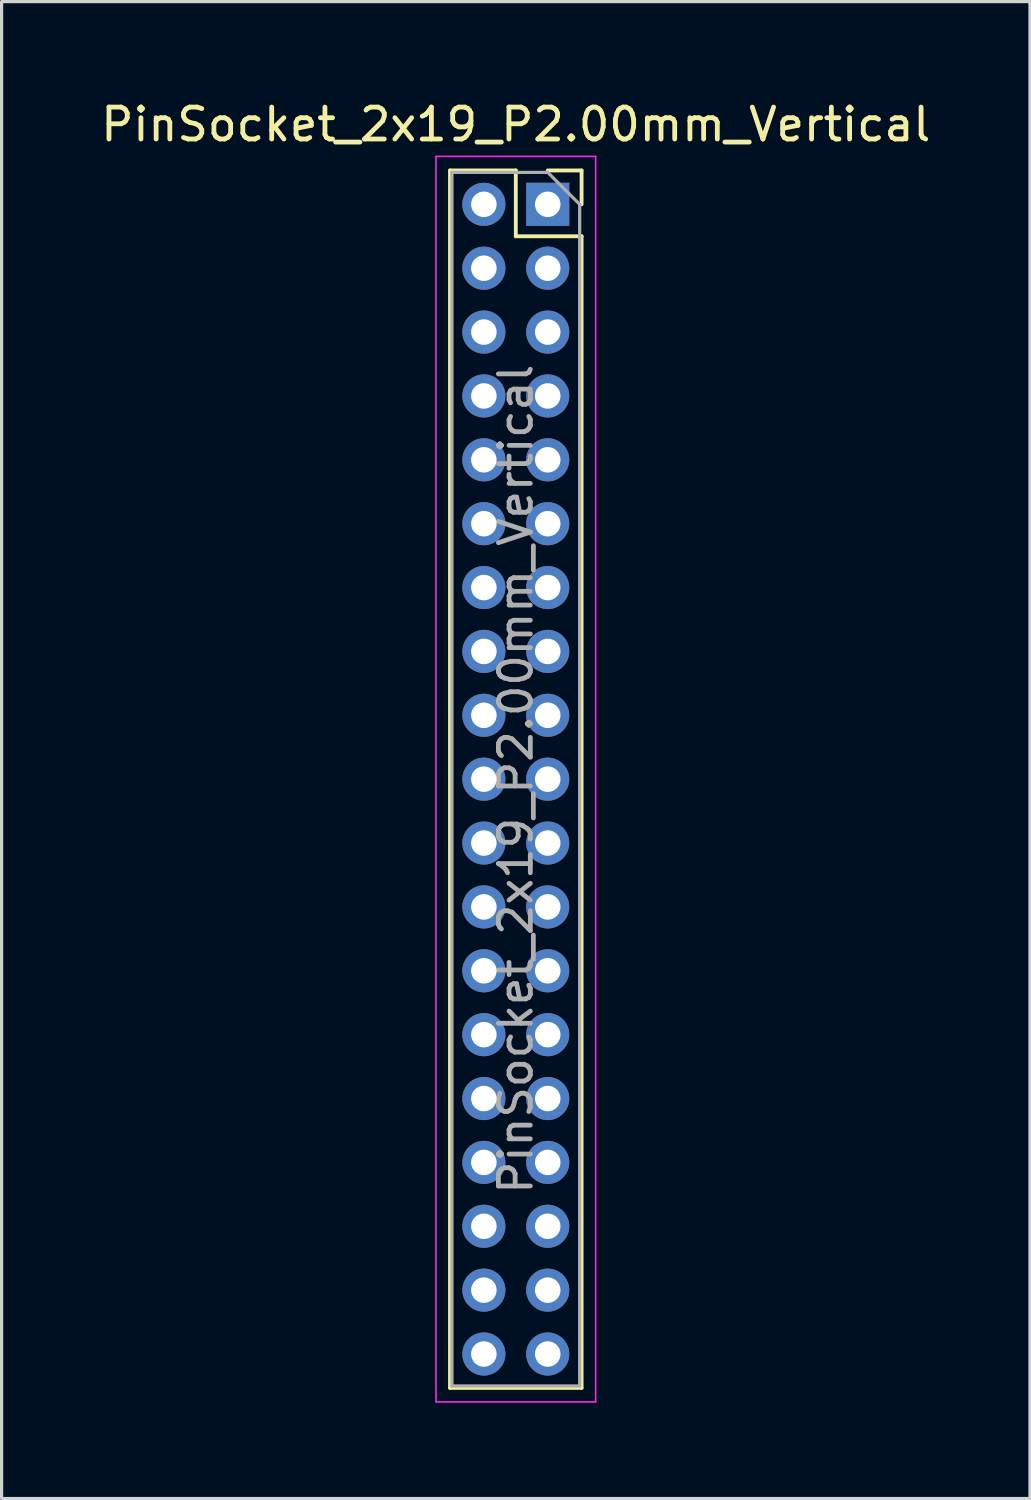
<source format=kicad_pcb>
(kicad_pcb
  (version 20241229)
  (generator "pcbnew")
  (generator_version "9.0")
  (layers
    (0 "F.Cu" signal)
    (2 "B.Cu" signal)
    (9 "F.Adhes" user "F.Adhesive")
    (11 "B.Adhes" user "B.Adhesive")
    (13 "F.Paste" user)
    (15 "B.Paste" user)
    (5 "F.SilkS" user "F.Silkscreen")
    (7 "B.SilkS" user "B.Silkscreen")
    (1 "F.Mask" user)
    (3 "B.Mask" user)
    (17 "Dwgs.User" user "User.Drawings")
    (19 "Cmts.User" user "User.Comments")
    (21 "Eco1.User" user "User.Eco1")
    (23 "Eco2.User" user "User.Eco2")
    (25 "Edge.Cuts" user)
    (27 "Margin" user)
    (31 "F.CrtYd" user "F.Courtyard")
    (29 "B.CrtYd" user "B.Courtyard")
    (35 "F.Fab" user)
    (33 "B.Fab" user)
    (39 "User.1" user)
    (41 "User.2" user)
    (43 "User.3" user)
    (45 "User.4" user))
  (footprint "PinSocket_2x19_P2.00mm_Vertical"
    (layer "F.Cu")
    (at 14.101 3.348)
    (property "Reference" "PinSocket_2x19_P2.00mm_Vertical" (at -1 -2.5 0) (layer "F.SilkS") (effects (font (size 1 1) (thickness 0.15))))
    (attr through_hole)
    (fp_line (start -3.06 -1.06) (end -3.06 37.06) (stroke (width 0.12) (type solid)) (layer "F.SilkS"))
    (fp_line (start -3.06 -1.06) (end -1 -1.06) (stroke (width 0.12) (type solid)) (layer "F.SilkS"))
    (fp_line (start -3.06 37.06) (end 1.06 37.06) (stroke (width 0.12) (type solid)) (layer "F.SilkS"))
    (fp_line (start -1 -1.06) (end -1 1) (stroke (width 0.12) (type solid)) (layer "F.SilkS"))
    (fp_line (start -1 1) (end 1.06 1) (stroke (width 0.12) (type solid)) (layer "F.SilkS"))
    (fp_line (start 0 -1.06) (end 1.06 -1.06) (stroke (width 0.12) (type solid)) (layer "F.SilkS"))
    (fp_line (start 1.06 -1.06) (end 1.06 0) (stroke (width 0.12) (type solid)) (layer "F.SilkS"))
    (fp_line (start 1.06 1) (end 1.06 37.06) (stroke (width 0.12) (type solid)) (layer "F.SilkS"))
    (fp_line (start -3.5 -1.5) (end 1.5 -1.5) (stroke (width 0.05) (type solid)) (layer "F.CrtYd"))
    (fp_line (start -3.5 37.5) (end -3.5 -1.5) (stroke (width 0.05) (type solid)) (layer "F.CrtYd"))
    (fp_line (start 1.5 -1.5) (end 1.5 37.5) (stroke (width 0.05) (type solid)) (layer "F.CrtYd"))
    (fp_line (start 1.5 37.5) (end -3.5 37.5) (stroke (width 0.05) (type solid)) (layer "F.CrtYd"))
    (fp_line (start -3 -1) (end 0 -1) (stroke (width 0.1) (type solid)) (layer "F.Fab"))
    (fp_line (start -3 37) (end -3 -1) (stroke (width 0.1) (type solid)) (layer "F.Fab"))
    (fp_line (start 0 -1) (end 1 0) (stroke (width 0.1) (type solid)) (layer "F.Fab"))
    (fp_line (start 1 0) (end 1 37) (stroke (width 0.1) (type solid)) (layer "F.Fab"))
    (fp_line (start 1 37) (end -3 37) (stroke (width 0.1) (type solid)) (layer "F.Fab"))
    (fp_text user "${REFERENCE}" (at -1 18 90) (layer "F.Fab") (effects (font (size 1 1) (thickness 0.15))))
    (pad "1" thru_hole rect (at 0 0) (size 1.35 1.35) (drill 0.8) (layers "*.Cu" "*.Mask"))
    (pad "2" thru_hole circle (at -2 0) (size 1.35 1.35) (drill 0.8) (layers "*.Cu" "*.Mask"))
    (pad "3" thru_hole circle (at 0 2) (size 1.35 1.35) (drill 0.8) (layers "*.Cu" "*.Mask"))
    (pad "4" thru_hole circle (at -2 2) (size 1.35 1.35) (drill 0.8) (layers "*.Cu" "*.Mask"))
    (pad "5" thru_hole circle (at 0 4) (size 1.35 1.35) (drill 0.8) (layers "*.Cu" "*.Mask"))
    (pad "6" thru_hole circle (at -2 4) (size 1.35 1.35) (drill 0.8) (layers "*.Cu" "*.Mask"))
    (pad "7" thru_hole circle (at 0 6) (size 1.35 1.35) (drill 0.8) (layers "*.Cu" "*.Mask"))
    (pad "8" thru_hole circle (at -2 6) (size 1.35 1.35) (drill 0.8) (layers "*.Cu" "*.Mask"))
    (pad "9" thru_hole circle (at 0 8) (size 1.35 1.35) (drill 0.8) (layers "*.Cu" "*.Mask"))
    (pad "10" thru_hole circle (at -2 8) (size 1.35 1.35) (drill 0.8) (layers "*.Cu" "*.Mask"))
    (pad "11" thru_hole circle (at 0 10) (size 1.35 1.35) (drill 0.8) (layers "*.Cu" "*.Mask"))
    (pad "12" thru_hole circle (at -2 10) (size 1.35 1.35) (drill 0.8) (layers "*.Cu" "*.Mask"))
    (pad "13" thru_hole circle (at 0 12) (size 1.35 1.35) (drill 0.8) (layers "*.Cu" "*.Mask"))
    (pad "14" thru_hole circle (at -2 12) (size 1.35 1.35) (drill 0.8) (layers "*.Cu" "*.Mask"))
    (pad "15" thru_hole circle (at 0 14) (size 1.35 1.35) (drill 0.8) (layers "*.Cu" "*.Mask"))
    (pad "16" thru_hole circle (at -2 14) (size 1.35 1.35) (drill 0.8) (layers "*.Cu" "*.Mask"))
    (pad "17" thru_hole circle (at 0 16) (size 1.35 1.35) (drill 0.8) (layers "*.Cu" "*.Mask"))
    (pad "18" thru_hole circle (at -2 16) (size 1.35 1.35) (drill 0.8) (layers "*.Cu" "*.Mask"))
    (pad "19" thru_hole circle (at 0 18) (size 1.35 1.35) (drill 0.8) (layers "*.Cu" "*.Mask"))
    (pad "20" thru_hole circle (at -2 18) (size 1.35 1.35) (drill 0.8) (layers "*.Cu" "*.Mask"))
    (pad "21" thru_hole circle (at 0 20) (size 1.35 1.35) (drill 0.8) (layers "*.Cu" "*.Mask"))
    (pad "22" thru_hole circle (at -2 20) (size 1.35 1.35) (drill 0.8) (layers "*.Cu" "*.Mask"))
    (pad "23" thru_hole circle (at 0 22) (size 1.35 1.35) (drill 0.8) (layers "*.Cu" "*.Mask"))
    (pad "24" thru_hole circle (at -2 22) (size 1.35 1.35) (drill 0.8) (layers "*.Cu" "*.Mask"))
    (pad "25" thru_hole circle (at 0 24) (size 1.35 1.35) (drill 0.8) (layers "*.Cu" "*.Mask"))
    (pad "26" thru_hole circle (at -2 24) (size 1.35 1.35) (drill 0.8) (layers "*.Cu" "*.Mask"))
    (pad "27" thru_hole circle (at 0 26) (size 1.35 1.35) (drill 0.8) (layers "*.Cu" "*.Mask"))
    (pad "28" thru_hole circle (at -2 26) (size 1.35 1.35) (drill 0.8) (layers "*.Cu" "*.Mask"))
    (pad "29" thru_hole circle (at 0 28) (size 1.35 1.35) (drill 0.8) (layers "*.Cu" "*.Mask"))
    (pad "30" thru_hole circle (at -2 28) (size 1.35 1.35) (drill 0.8) (layers "*.Cu" "*.Mask"))
    (pad "31" thru_hole circle (at 0 30) (size 1.35 1.35) (drill 0.8) (layers "*.Cu" "*.Mask"))
    (pad "32" thru_hole circle (at -2 30) (size 1.35 1.35) (drill 0.8) (layers "*.Cu" "*.Mask"))
    (pad "33" thru_hole circle (at 0 32) (size 1.35 1.35) (drill 0.8) (layers "*.Cu" "*.Mask"))
    (pad "34" thru_hole circle (at -2 32) (size 1.35 1.35) (drill 0.8) (layers "*.Cu" "*.Mask"))
    (pad "35" thru_hole circle (at 0 34) (size 1.35 1.35) (drill 0.8) (layers "*.Cu" "*.Mask"))
    (pad "36" thru_hole circle (at -2 34) (size 1.35 1.35) (drill 0.8) (layers "*.Cu" "*.Mask"))
    (pad "37" thru_hole circle (at 0 36) (size 1.35 1.35) (drill 0.8) (layers "*.Cu" "*.Mask"))
    (pad "38" thru_hole circle (at -2 36) (size 1.35 1.35) (drill 0.8) (layers "*.Cu" "*.Mask")))
  (gr_rect
    (start -3 -3)
    (end 29.202 43.873)
    (stroke (width 0.1) (type default))
    (fill no)
    (layer "Edge.Cuts")))
</source>
